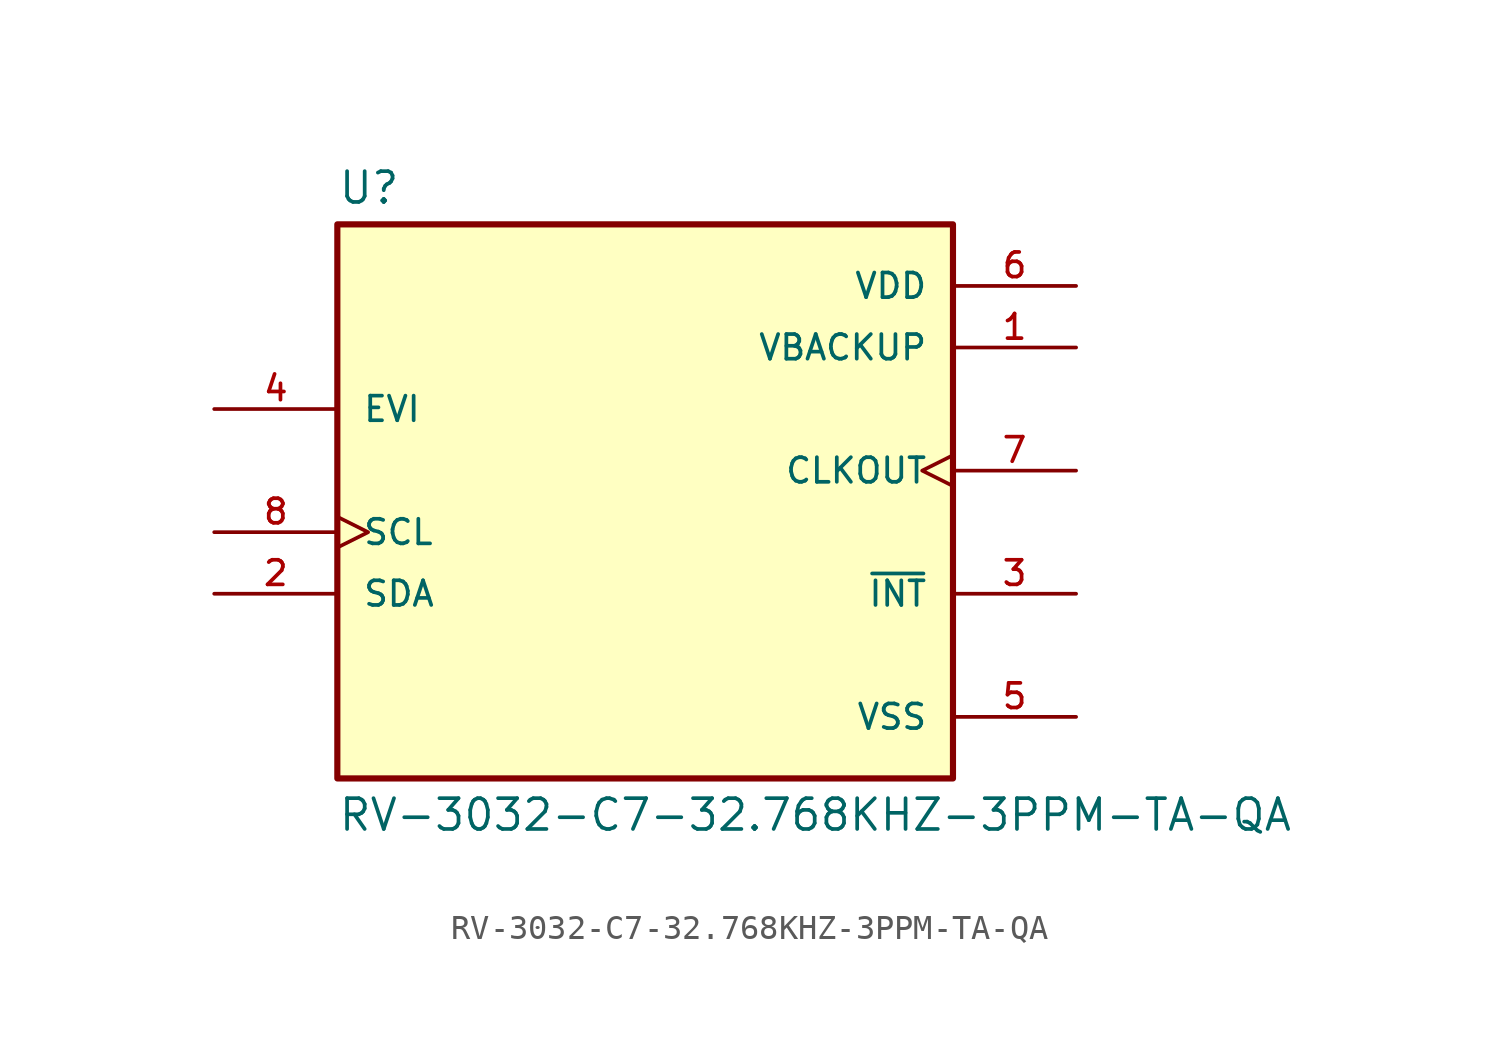
<source format=kicad_sym>
(kicad_symbol_lib
  (version 20211014)
  (generator kicad_symbol_editor)
  (symbol "RV-3032-C7-32.768KHZ-3PPM-TA-QA"
    (pin_names
      (offset 1.016))
    (property "Reference" "U"
      (at -12.7 10.922 0)
      (effects (font (size 1.27 1.27)) (justify bottom left)))
    (property "Value" "RV-3032-C7-32.768KHZ-3PPM-TA-QA"
      (at -12.7 -13.462 0)
      (effects (font (size 1.27 1.27)) (justify top left)))
    (symbol "RV-3032-C7-32.768KHZ-3PPM-TA-QA_0_0"
      (rectangle (start -12.7 -12.7) (end 12.7 10.16) (stroke (width 0.254)) (fill (type background)))
      (pin power_in line (at 17.78 7.62 180.0) (length 5.08) (name "VDD" (effects (font (size 1.016 1.016)))) (number "6" (effects (font (size 1.016 1.016)))))
      (pin power_in line (at 17.78 -10.16 180.0) (length 5.08) (name "VSS" (effects (font (size 1.016 1.016)))) (number "5" (effects (font (size 1.016 1.016)))))
      (pin output clock (at 17.78 0.0 180.0) (length 5.08) (name "CLKOUT" (effects (font (size 1.016 1.016)))) (number "7" (effects (font (size 1.016 1.016)))))
      (pin output line (at 17.78 -5.08 180.0) (length 5.08) (name "~{INT}" (effects (font (size 1.016 1.016)))) (number "3" (effects (font (size 1.016 1.016)))))
      (pin input line (at -17.78 2.54 0) (length 5.08) (name "EVI" (effects (font (size 1.016 1.016)))) (number "4" (effects (font (size 1.016 1.016)))))
      (pin input clock (at -17.78 -2.54 0) (length 5.08) (name "SCL" (effects (font (size 1.016 1.016)))) (number "8" (effects (font (size 1.016 1.016)))))
      (pin bidirectional line (at -17.78 -5.08 0) (length 5.08) (name "SDA" (effects (font (size 1.016 1.016)))) (number "2" (effects (font (size 1.016 1.016)))))
      (pin power_in line (at 17.78 5.08 180.0) (length 5.08) (name "VBACKUP" (effects (font (size 1.016 1.016)))) (number "1" (effects (font (size 1.016 1.016))))))))
</source>
